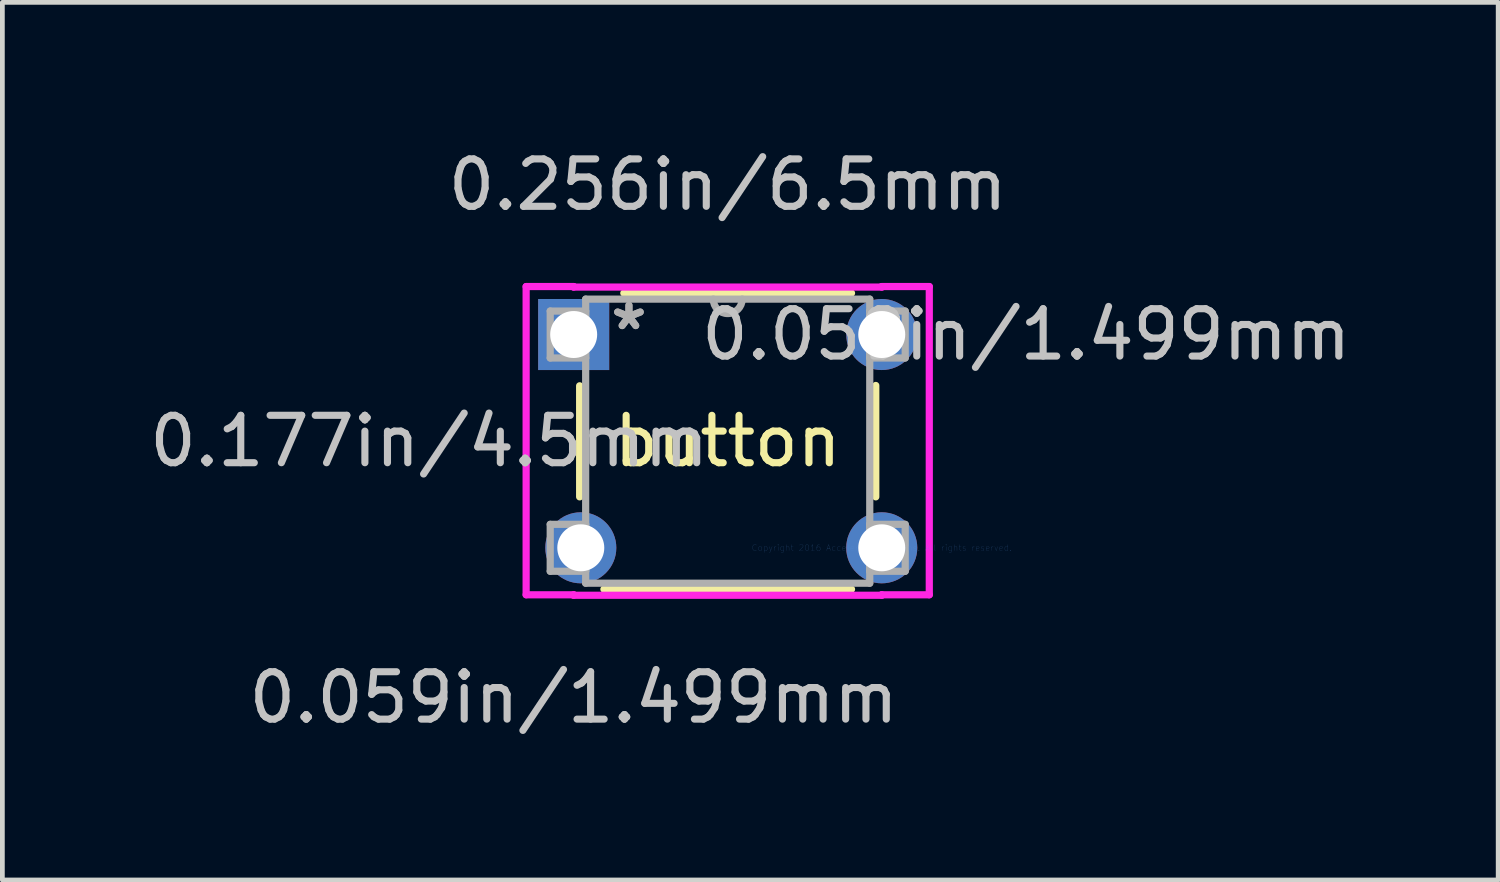
<source format=kicad_pcb>
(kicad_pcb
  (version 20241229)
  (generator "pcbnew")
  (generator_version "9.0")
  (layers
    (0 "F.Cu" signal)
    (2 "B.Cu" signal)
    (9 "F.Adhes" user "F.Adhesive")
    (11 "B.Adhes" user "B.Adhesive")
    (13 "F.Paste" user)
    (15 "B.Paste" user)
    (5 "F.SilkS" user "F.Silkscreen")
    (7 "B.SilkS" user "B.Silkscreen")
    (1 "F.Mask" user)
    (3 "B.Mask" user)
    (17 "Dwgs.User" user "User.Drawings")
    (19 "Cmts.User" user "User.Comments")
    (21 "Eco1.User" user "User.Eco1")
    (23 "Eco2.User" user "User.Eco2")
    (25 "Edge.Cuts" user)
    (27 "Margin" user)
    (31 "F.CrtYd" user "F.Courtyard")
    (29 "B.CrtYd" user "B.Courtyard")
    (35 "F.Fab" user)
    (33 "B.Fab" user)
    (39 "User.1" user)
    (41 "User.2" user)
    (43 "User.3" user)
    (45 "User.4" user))
  (footprint "button"
    (layer "F.Cu")
    (at 15.554 8.508)
    (property "Reference" "button" (at -3.25 -2.25 0) (layer "F.SilkS") (effects (font (size 1 1) (thickness 0.15))))
    (attr through_hole)
    (fp_line (start -6.374 -3.418) (end -6.374 -1.075) (stroke (width 0.152) (type solid)) (layer "F.SilkS"))
    (fp_line (start -5.862 0.874) (end -0.638 0.874) (stroke (width 0.152) (type solid)) (layer "F.SilkS"))
    (fp_line (start -0.638 -5.374) (end -5.442 -5.374) (stroke (width 0.152) (type solid)) (layer "F.SilkS"))
    (fp_line (start -0.126 -1.075) (end -0.126 -3.425) (stroke (width 0.152) (type solid)) (layer "F.SilkS"))
    (fp_line (start -7.503 -5.512) (end -7.503 0.991) (stroke (width 0.152) (type solid)) (layer "F.CrtYd"))
    (fp_line (start -7.503 0.991) (end -6.5 0.991) (stroke (width 0.152) (type solid)) (layer "F.CrtYd"))
    (fp_line (start -6.501 -5.501) (end -6.5 -5.512) (stroke (width 0.152) (type solid)) (layer "F.CrtYd"))
    (fp_line (start -6.501 1.001) (end 0.001 1.001) (stroke (width 0.152) (type solid)) (layer "F.CrtYd"))
    (fp_line (start -6.5 -5.512) (end -7.503 -5.512) (stroke (width 0.152) (type solid)) (layer "F.CrtYd"))
    (fp_line (start -6.5 0.991) (end -6.501 1.001) (stroke (width 0.152) (type solid)) (layer "F.CrtYd"))
    (fp_line (start 0 -5.512) (end 0.001 -5.501) (stroke (width 0.152) (type solid)) (layer "F.CrtYd"))
    (fp_line (start 0 0.991) (end 1.003 0.991) (stroke (width 0.152) (type solid)) (layer "F.CrtYd"))
    (fp_line (start 0.001 -5.501) (end -6.501 -5.501) (stroke (width 0.152) (type solid)) (layer "F.CrtYd"))
    (fp_line (start 0.001 1.001) (end 0 0.991) (stroke (width 0.152) (type solid)) (layer "F.CrtYd"))
    (fp_line (start 1.003 -5.512) (end 0 -5.512) (stroke (width 0.152) (type solid)) (layer "F.CrtYd"))
    (fp_line (start 1.003 0.991) (end 1.003 -5.512) (stroke (width 0.152) (type solid)) (layer "F.CrtYd"))
    (fp_line (start -6.995 -4.995) (end -6.995 -4.005) (stroke (width 0.152) (type solid)) (layer "F.Fab"))
    (fp_line (start -6.995 -4.005) (end -6.247 -4.005) (stroke (width 0.152) (type solid)) (layer "F.Fab"))
    (fp_line (start -6.995 -0.495) (end -6.995 0.495) (stroke (width 0.152) (type solid)) (layer "F.Fab"))
    (fp_line (start -6.995 0.495) (end -6.247 0.495) (stroke (width 0.152) (type solid)) (layer "F.Fab"))
    (fp_line (start -6.247 -5.247) (end -6.247 0.747) (stroke (width 0.152) (type solid)) (layer "F.Fab"))
    (fp_line (start -6.247 -4.995) (end -6.995 -4.995) (stroke (width 0.152) (type solid)) (layer "F.Fab"))
    (fp_line (start -6.247 -4.005) (end -6.247 -4.995) (stroke (width 0.152) (type solid)) (layer "F.Fab"))
    (fp_line (start -6.247 -0.495) (end -6.995 -0.495) (stroke (width 0.152) (type solid)) (layer "F.Fab"))
    (fp_line (start -6.247 0.495) (end -6.247 -0.495) (stroke (width 0.152) (type solid)) (layer "F.Fab"))
    (fp_line (start -6.247 0.747) (end -0.253 0.747) (stroke (width 0.152) (type solid)) (layer "F.Fab"))
    (fp_line (start -0.253 -5.247) (end -6.247 -5.247) (stroke (width 0.152) (type solid)) (layer "F.Fab"))
    (fp_line (start -0.253 -4.995) (end -0.253 -4.005) (stroke (width 0.152) (type solid)) (layer "F.Fab"))
    (fp_line (start -0.253 -4.005) (end 0.495 -4.005) (stroke (width 0.152) (type solid)) (layer "F.Fab"))
    (fp_line (start -0.253 -0.495) (end -0.253 0.495) (stroke (width 0.152) (type solid)) (layer "F.Fab"))
    (fp_line (start -0.253 0.495) (end 0.495 0.495) (stroke (width 0.152) (type solid)) (layer "F.Fab"))
    (fp_line (start -0.253 0.747) (end -0.253 -5.247) (stroke (width 0.152) (type solid)) (layer "F.Fab"))
    (fp_line (start 0.495 -4.995) (end -0.253 -4.995) (stroke (width 0.152) (type solid)) (layer "F.Fab"))
    (fp_line (start 0.495 -4.005) (end 0.495 -4.995) (stroke (width 0.152) (type solid)) (layer "F.Fab"))
    (fp_line (start 0.495 -0.495) (end -0.253 -0.495) (stroke (width 0.152) (type solid)) (layer "F.Fab"))
    (fp_line (start 0.495 0.495) (end 0.495 -0.495) (stroke (width 0.152) (type solid)) (layer "F.Fab"))
    (fp_arc (start -2.9452 -5.247201) (mid -3.25 -4.942401) (end -3.5548 -5.247201) (stroke (width 0.1524) (type solid)) (layer "F.Fab"))
    (fp_text user "0.177in/4.5mm" (at -9.548 -2.25 0) (layer "Dwgs.User") (effects (font (size 1 1) (thickness 0.15))))
    (fp_text user "0.059in/1.499mm" (at -6.5 3.16 0) (layer "Dwgs.User") (effects (font (size 1 1) (thickness 0.15))))
    (fp_text user "0.059in/1.499mm" (at 3.048 -4.5 0) (layer "Dwgs.User") (effects (font (size 1 1) (thickness 0.15))))
    (fp_text user "0.256in/6.5mm" (at -3.25 -7.66 0) (layer "Dwgs.User") (effects (font (size 1 1) (thickness 0.15))))
    (fp_text user "Copyright 2016 Accelerated Designs. All rights reserved." (at 0 0 0) (layer "Cmts.User") (effects (font (size 0.127 0.127) (thickness 0.002))))
    (fp_text user "*" (at -5.334 -4.572 0) (layer "F.Fab") (effects (font (size 1 1) (thickness 0.15))))
    (fp_text user "*" (at -5.334 -4.572 0) (layer "F.Fab") (effects (font (size 1 1) (thickness 0.15))))
    (pad "1" thru_hole rect (at -6.5 -4.5) (size 1.499 1.499) (drill 0.991) (layers "*.Cu" "*.Mask"))
    (pad "2" thru_hole circle (at -6.35 0) (size 1.499 1.499) (drill 0.991) (layers "*.Cu" "*.Mask"))
    (pad "3" thru_hole circle (at 0.000001 -4.5) (size 1.499 1.499) (drill 0.991) (layers "*.Cu" "*.Mask"))
    (pad "4" thru_hole circle (at 0.000001 0) (size 1.499 1.499) (drill 0.991) (layers "*.Cu" "*.Mask")))
  (gr_rect
    (start -3 -3)
    (end 28.56 15.517)
    (stroke (width 0.1) (type default))
    (fill no)
    (layer "Edge.Cuts")))
</source>
